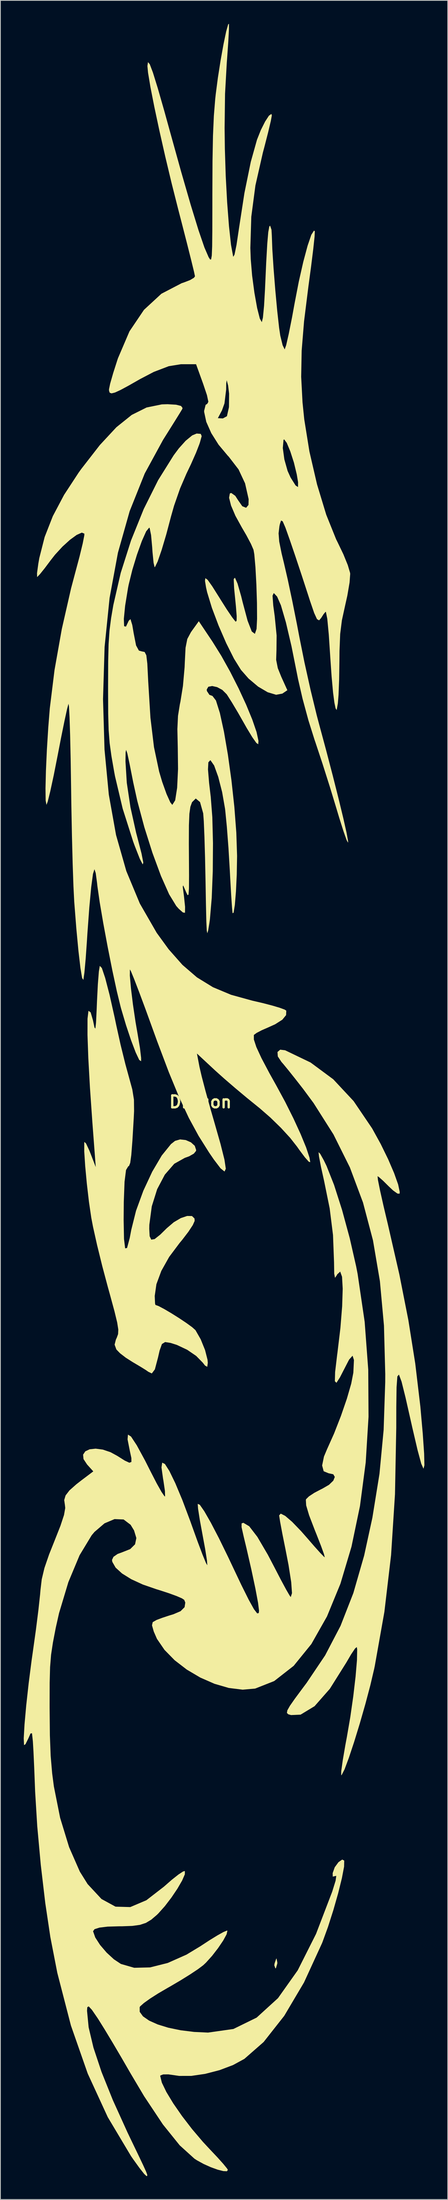
<source format=kicad_pcb>
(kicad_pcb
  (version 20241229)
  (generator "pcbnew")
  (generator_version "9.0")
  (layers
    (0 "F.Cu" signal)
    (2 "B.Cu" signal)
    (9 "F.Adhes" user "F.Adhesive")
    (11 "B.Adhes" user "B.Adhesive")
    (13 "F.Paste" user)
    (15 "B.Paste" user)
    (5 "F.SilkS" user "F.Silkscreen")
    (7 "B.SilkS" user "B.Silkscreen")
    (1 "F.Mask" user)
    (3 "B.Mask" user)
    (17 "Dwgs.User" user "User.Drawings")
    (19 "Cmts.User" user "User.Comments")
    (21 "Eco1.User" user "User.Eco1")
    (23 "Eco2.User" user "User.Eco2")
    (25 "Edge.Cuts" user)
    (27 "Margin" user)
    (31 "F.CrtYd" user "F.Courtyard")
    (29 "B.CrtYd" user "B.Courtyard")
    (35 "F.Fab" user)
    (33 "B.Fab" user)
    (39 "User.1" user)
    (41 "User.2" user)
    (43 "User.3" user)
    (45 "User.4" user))
  (footprint "Dragon"
    (layer "F.Cu")
    (at 22.717 138.278)
    (property "Reference" "Dragon" (at 0 0 0) (layer "F.SilkS") (effects (font (size 1.524 1.524) (thickness 0.3))))
    (attr board_only exclude_from_pos_files exclude_from_bom)
    (fp_poly (pts (xy 9.875 110.346) (xy 9.878 110.49) (xy 9.697 111.101) (xy 9.629 111.125) (xy 9.488 110.736) (xy 9.525 110.49) (xy 9.736 109.884) (xy 9.774 109.855)) (stroke (width 0) (type solid)) (fill yes) (layer "F.SilkS"))
    (fp_poly (pts (xy 10.877 -6.626) (xy 14.156 -5.054) (xy 17.069 -2.902) (xy 19.684 -0.107) (xy 22.063 3.396) (xy 23.166 5.394) (xy 24.126 7.356) (xy 24.891 9.136) (xy 25.405 10.581) (xy 25.61 11.541) (xy 25.587 11.772) (xy 25.316 11.753) (xy 24.747 11.344) (xy 24.194 10.823) (xy 23.48 10.117) (xy 22.949 9.646) (xy 22.759 9.525) (xy 22.812 10.018) (xy 23.083 11.359) (xy 23.528 13.343) (xy 24.094 15.727) (xy 25.565 22.136) (xy 26.721 27.99) (xy 27.606 33.553) (xy 28.264 39.09) (xy 28.57 42.538) (xy 28.747 45.099) (xy 28.783 46.606) (xy 28.664 47.044) (xy 28.376 46.397) (xy 27.904 44.653) (xy 27.235 41.797) (xy 27.061 41.025) (xy 26.351 37.893) (xy 25.845 35.869) (xy 25.508 34.968) (xy 25.306 35.203) (xy 25.204 36.587) (xy 25.169 39.134) (xy 25.165 41.776) (xy 25.001 50.311) (xy 24.499 58.118) (xy 23.639 65.397) (xy 22.402 72.349) (xy 22.325 72.717) (xy 21.833 74.814) (xy 21.195 77.217) (xy 20.478 79.713) (xy 19.748 82.087) (xy 19.071 84.123) (xy 18.515 85.608) (xy 18.147 86.325) (xy 18.09 86.36) (xy 18.092 85.844) (xy 18.283 84.465) (xy 18.624 82.472) (xy 18.818 81.439) (xy 19.256 78.901) (xy 19.64 76.221) (xy 19.936 73.688) (xy 20.114 71.592) (xy 20.141 70.223) (xy 20.092 69.913) (xy 19.865 70.103) (xy 19.362 70.851) (xy 18.741 71.91) (xy 16.628 75.268) (xy 14.667 77.495) (xy 12.872 78.581) (xy 11.642 78.638) (xy 11.283 78.534) (xy 11.109 78.363) (xy 11.164 78.034) (xy 11.491 77.454) (xy 12.135 76.533) (xy 13.14 75.18) (xy 13.641 74.512) (xy 16.021 70.982) (xy 18.001 67.198) (xy 19.65 62.988) (xy 21.038 58.176) (xy 22.095 53.329) (xy 23.007 47.7) (xy 23.543 42.055) (xy 23.746 35.935) (xy 23.75 34.9) (xy 23.584 28.683) (xy 23.063 22.987) (xy 22.172 17.748) (xy 20.891 12.906) (xy 19.204 8.4) (xy 17.093 4.168) (xy 14.539 0.148) (xy 13.188 -1.676) (xy 12.197 -2.942) (xy 11.317 -4.045) (xy 10.664 -4.84) (xy 10.407 -5.133) (xy 9.939 -5.835) (xy 9.899 -6.403) (xy 10.246 -6.704)) (stroke (width 0) (type solid)) (fill yes) (layer "F.SilkS"))
    (fp_poly (pts (xy -12.678 -17.181) (xy -12.247 -15.9) (xy -11.685 -13.738) (xy -11.03 -10.827) (xy -10.824 -9.842) (xy -10.271 -7.349) (xy -9.652 -4.845) (xy -9.233 -3.32) (xy -8.762 -1.602) (xy -8.55 -0.282) (xy -8.534 1.169) (xy -8.577 2.077) (xy -8.748 4.961) (xy -8.891 6.8) (xy -9.028 7.812) (xy -9.186 8.214) (xy -9.281 8.255) (xy -9.569 8.733) (xy -9.758 10.226) (xy -9.856 12.824) (xy -9.875 15.134) (xy -9.828 17.575) (xy -9.682 18.775) (xy -9.438 18.733) (xy -9.093 17.452) (xy -8.891 16.39) (xy -8.282 13.955) (xy -7.345 11.392) (xy -6.203 8.948) (xy -4.978 6.871) (xy -3.793 5.409) (xy -3.269 4.995) (xy -2.619 4.806) (xy -1.894 4.89) (xy -1.222 5.185) (xy -0.734 5.628) (xy -0.557 6.159) (xy -0.574 6.289) (xy -0.855 6.631) (xy -1.457 6.973) (xy -2.013 7.172) (xy -3.368 7.93) (xy -4.579 9.323) (xy -5.569 11.195) (xy -6.259 13.393) (xy -6.574 15.761) (xy -6.585 16.286) (xy -6.533 17.226) (xy -6.327 17.662) (xy -5.894 17.591) (xy -5.162 17.01) (xy -4.328 16.192) (xy -3.434 15.431) (xy -2.529 14.899) (xy -1.714 14.624) (xy -1.092 14.633) (xy -0.765 14.952) (xy -0.747 15.26) (xy -0.987 15.795) (xy -1.556 16.657) (xy -2.349 17.691) (xy -2.686 18.095) (xy -4.024 19.878) (xy -5.031 21.669) (xy -5.664 23.376) (xy -5.88 24.884) (xy -5.837 25.851) (xy -5.788 26.035) (xy -5.38 26.182) (xy -4.65 26.568) (xy -3.726 27.112) (xy -2.736 27.734) (xy -1.809 28.353) (xy -1.073 28.887) (xy -0.657 29.256) (xy -0.638 29.28) (xy 0.03 30.444) (xy 0.587 31.817) (xy 0.907 33.066) (xy 0.941 33.464) (xy 0.871 33.973) (xy 0.585 33.812) (xy 0.294 33.439) (xy -0.552 32.575) (xy -1.713 31.784) (xy -3.036 31.162) (xy -3.845 30.907) (xy -4.544 30.796) (xy -4.954 31.051) (xy -5.25 31.876) (xy -5.456 32.773) (xy -5.862 34.301) (xy -6.255 34.824) (xy -6.703 34.608) (xy -7.033 34.379) (xy -7.692 33.97) (xy -8.548 33.463) (xy -8.702 33.374) (xy -9.6 32.802) (xy -10.343 32.23) (xy -10.788 31.772) (xy -10.819 31.723) (xy -11.037 31.131) (xy -10.876 30.492) (xy -10.753 30.225) (xy -10.59 29.776) (xy -10.562 29.197) (xy -10.705 28.287) (xy -11.054 26.847) (xy -11.645 24.675) (xy -11.909 23.729) (xy -12.624 21.05) (xy -13.289 18.353) (xy -13.811 16.017) (xy -14.032 14.865) (xy -14.334 12.812) (xy -14.606 10.478) (xy -14.818 8.209) (xy -14.939 6.35) (xy -14.937 5.247) (xy -14.912 5.127) (xy -14.698 5.346) (xy -14.287 6.226) (xy -14.135 6.605) (xy -13.459 8.355) (xy -13.895 2.61) (xy -14.205 -1.829) (xy -14.416 -5.616) (xy -14.522 -8.61) (xy -14.518 -10.671) (xy -14.4 -11.654) (xy -14.387 -11.68) (xy -14.116 -11.489) (xy -13.811 -10.443) (xy -13.801 -10.39) (xy -13.623 -9.546) (xy -13.509 -9.406) (xy -13.426 -10.136) (xy -13.341 -11.899) (xy -13.301 -12.905) (xy -13.19 -15.092) (xy -13.06 -16.729) (xy -12.943 -17.45)) (stroke (width 0) (type solid)) (fill yes) (layer "F.SilkS"))
    (fp_poly (pts (xy -3.137 -89.423) (xy -2.497 -89.262) (xy -2.301 -88.998) (xy -2.352 -88.848) (xy -2.696 -88.281) (xy -3.343 -87.242) (xy -4.186 -85.899) (xy -4.806 -84.917) (xy -7.166 -80.597) (xy -9.101 -75.767) (xy -10.608 -70.442) (xy -11.683 -64.635) (xy -12.323 -58.362) (xy -12.525 -51.654) (xy -12.334 -45.2) (xy -11.782 -39.417) (xy -10.853 -34.24) (xy -9.529 -29.604) (xy -7.793 -25.444) (xy -5.629 -21.694) (xy -4.087 -19.577) (xy -2.317 -17.577) (xy -0.452 -15.975) (xy 1.601 -14.715) (xy 3.933 -13.741) (xy 6.638 -12.996) (xy 6.685 -12.985) (xy 8.044 -12.669) (xy 9.235 -12.359) (xy 10.181 -12.078) (xy 10.806 -11.851) (xy 11.029 -11.708) (xy 11.004 -11.135) (xy 10.523 -10.549) (xy 9.6 -9.962) (xy 8.74 -9.574) (xy 7.88 -9.199) (xy 7.218 -8.854) (xy 6.878 -8.604) (xy 6.86 -8.574) (xy 6.864 -8.005) (xy 7.181 -7.04) (xy 7.839 -5.619) (xy 8.865 -3.681) (xy 9.739 -2.12) (xy 10.883 -0.015) (xy 11.95 2.115) (xy 12.872 4.118) (xy 13.582 5.844) (xy 14.012 7.141) (xy 14.111 7.726) (xy 13.922 7.669) (xy 13.418 7.102) (xy 12.694 6.137) (xy 12.406 5.727) (xy 11.526 4.608) (xy 10.337 3.317) (xy 8.985 2.002) (xy 7.616 0.811) (xy 7.408 0.644) (xy 5.978 -0.513) (xy 4.469 -1.773) (xy 3.052 -2.991) (xy 1.902 -4.019) (xy 1.83 -4.086) (xy -0.455 -6.208) (xy -0.125 -4.482) (xy 0.16 -3.26) (xy 0.661 -1.355) (xy 1.298 0.933) (xy 1.749 2.49) (xy 2.579 5.395) (xy 3.084 7.408) (xy 3.257 8.571) (xy 3.091 8.926) (xy 2.581 8.516) (xy 1.718 7.383) (xy 1.111 6.499) (xy -0.244 4.35) (xy -1.5 2.044) (xy -2.745 -0.613) (xy -4.069 -3.816) (xy -5.561 -7.76) (xy -6.136 -9.342) (xy -7.065 -11.895) (xy -7.878 -14.076) (xy -8.52 -15.744) (xy -8.935 -16.757) (xy -9.07 -16.997) (xy -9.081 -16.201) (xy -8.936 -14.584) (xy -8.677 -12.481) (xy -8.342 -10.227) (xy -8.071 -8.668) (xy -7.775 -6.903) (xy -7.625 -5.625) (xy -7.631 -5.219) (xy -7.873 -5.388) (xy -8.328 -6.351) (xy -8.918 -7.903) (xy -9.566 -9.837) (xy -10.194 -11.948) (xy -10.257 -12.176) (xy -10.745 -14.174) (xy -11.322 -16.845) (xy -11.923 -19.86) (xy -12.487 -22.887) (xy -12.949 -25.596) (xy -13.246 -27.656) (xy -13.295 -28.106) (xy -13.465 -29.363) (xy -13.629 -29.845) (xy -13.818 -29.243) (xy -14.043 -27.554) (xy -14.288 -24.95) (xy -14.534 -21.606) (xy -14.595 -20.637) (xy -14.756 -18.358) (xy -14.919 -16.579) (xy -15.05 -15.668) (xy -15.055 -15.653) (xy -15.213 -15.894) (xy -15.43 -17.193) (xy -15.684 -19.36) (xy -15.953 -22.203) (xy -16.214 -25.529) (xy -16.228 -25.718) (xy -16.327 -27.658) (xy -16.427 -30.556) (xy -16.519 -34.101) (xy -16.595 -37.98) (xy -16.631 -40.462) (xy -16.686 -43.999) (xy -16.753 -47.022) (xy -16.828 -49.333) (xy -16.903 -50.736) (xy -16.963 -51.069) (xy -17.143 -50.401) (xy -17.484 -48.842) (xy -17.932 -46.635) (xy -18.362 -44.42) (xy -18.862 -41.89) (xy -19.305 -39.842) (xy -19.637 -38.506) (xy -19.796 -38.1) (xy -19.9 -38.677) (xy -19.919 -40.229) (xy -19.863 -42.487) (xy -19.741 -45.18) (xy -19.562 -48.041) (xy -19.366 -50.483) (xy -18.759 -55.394) (xy -17.825 -60.644) (xy -16.631 -65.875) (xy -16.101 -67.865) (xy -15.545 -69.94) (xy -15.136 -71.623) (xy -14.93 -72.672) (xy -14.923 -72.888) (xy -15.256 -73.016) (xy -15.911 -72.723) (xy -16.775 -72.095) (xy -17.741 -71.218) (xy -18.696 -70.18) (xy -19.236 -69.493) (xy -20.019 -68.451) (xy -20.638 -67.682) (xy -20.976 -67.33) (xy -20.995 -67.322) (xy -21.01 -67.811) (xy -20.838 -69.06) (xy -20.711 -69.773) (xy -20.027 -72.456) (xy -18.978 -75.13) (xy -17.532 -77.86) (xy -15.659 -80.715) (xy -15.318 -81.187) (xy -12.937 -84.246) (xy -10.81 -86.531) (xy -8.837 -88.113) (xy -6.922 -89.067) (xy -4.966 -89.465) (xy -4.233 -89.487)) (stroke (width 0) (type solid)) (fill yes) (layer "F.SilkS"))
    (fp_poly (pts (xy 0.035 -85.683) (xy 0.156 -85.393) (xy -0.063 -84.604) (xy -0.14 -84.37) (xy -0.568 -83.268) (xy -1.223 -81.79) (xy -1.81 -80.565) (xy -2.62 -78.684) (xy -3.394 -76.469) (xy -3.785 -75.094) (xy -4.394 -72.797) (xy -4.991 -70.793) (xy -5.5 -69.318) (xy -5.844 -68.61) (xy -5.894 -68.58) (xy -6.027 -69.14) (xy -6.167 -70.541) (xy -6.205 -71.12) (xy -6.35 -72.708) (xy -6.531 -73.594) (xy -6.587 -73.66) (xy -6.979 -73.182) (xy -7.537 -71.933) (xy -8.163 -70.192) (xy -8.759 -68.239) (xy -9.226 -66.352) (xy -9.308 -65.943) (xy -9.683 -63.646) (xy -9.85 -61.956) (xy -9.813 -61.014) (xy -9.575 -60.964) (xy -9.225 -61.707) (xy -8.999 -61.926) (xy -8.766 -61.167) (xy -8.587 -60.12) (xy -8.277 -58.547) (xy -7.913 -57.885) (xy -7.553 -57.785) (xy -7.178 -57.71) (xy -6.959 -57.285) (xy -6.832 -56.214) (xy -6.731 -54.199) (xy -6.722 -53.99) (xy -6.431 -49.275) (xy -5.975 -45.499) (xy -5.313 -42.375) (xy -4.92 -41.05) (xy -4.361 -39.492) (xy -3.878 -38.423) (xy -3.62 -38.1) (xy -3.251 -38.685) (xy -2.999 -40.291) (xy -2.884 -42.697) (xy -2.917 -45.403) (xy -2.969 -47.818) (xy -2.889 -49.513) (xy -2.649 -51.006) (xy -2.578 -51.331) (xy -2.253 -53.35) (xy -2.04 -55.747) (xy -2.014 -56.364) (xy -1.918 -58.249) (xy -1.694 -59.375) (xy -1.225 -60.25) (xy -1.072 -60.466) (xy -0.215 -61.654) (xy 1.534 -59.048) (xy 2.677 -57.218) (xy 3.822 -55.168) (xy 4.907 -53.031) (xy 5.873 -50.943) (xy 6.66 -49.036) (xy 7.207 -47.447) (xy 7.454 -46.308) (xy 7.426 -45.873) (xy 7.185 -46.037) (xy 6.658 -46.781) (xy 5.944 -47.958) (xy 5.701 -48.388) (xy 4.838 -49.9) (xy 4.026 -51.259) (xy 3.422 -52.206) (xy 3.358 -52.296) (xy 2.803 -52.846) (xy 2.141 -53.201) (xy 1.5 -53.343) (xy 1.011 -53.249) (xy 0.804 -52.899) (xy 0.823 -52.705) (xy 1.148 -52.213) (xy 1.54 -52.07) (xy 1.989 -51.485) (xy 2.494 -49.88) (xy 3.018 -47.483) (xy 3.526 -44.523) (xy 3.984 -41.225) (xy 4.356 -37.819) (xy 4.607 -34.531) (xy 4.704 -31.589) (xy 4.704 -31.494) (xy 4.664 -29.177) (xy 4.561 -27.004) (xy 4.417 -25.27) (xy 4.256 -24.27) (xy 4.128 -24.202) (xy 4.057 -24.902) (xy 3.945 -26.552) (xy 3.815 -28.84) (xy 3.77 -29.697) (xy 3.599 -32.559) (xy 3.389 -35.301) (xy 3.183 -37.394) (xy 3.154 -37.625) (xy 2.784 -39.736) (xy 2.285 -41.685) (xy 1.756 -43.149) (xy 1.297 -43.806) (xy 1.25 -43.815) (xy 1.013 -43.555) (xy 0.965 -42.647) (xy 1.109 -40.905) (xy 1.321 -39.119) (xy 1.523 -36.521) (xy 1.608 -33.191) (xy 1.581 -29.59) (xy 1.448 -26.183) (xy 1.214 -23.432) (xy 1.133 -22.86) (xy 0.985 -21.974) (xy 0.88 -21.631) (xy 0.808 -21.979) (xy 0.753 -23.166) (xy 0.703 -25.34) (xy 0.652 -28.258) (xy 0.588 -31.335) (xy 0.509 -34.02) (xy 0.426 -36.015) (xy 0.351 -37.006) (xy -0.055 -38.456) (xy -0.607 -38.916) (xy -1.085 -38.439) (xy -1.297 -37.857) (xy -1.425 -36.962) (xy -1.485 -35.477) (xy -1.494 -33.123) (xy -1.485 -31.735) (xy -1.469 -29.01) (xy -1.48 -27.361) (xy -1.536 -26.594) (xy -1.656 -26.514) (xy -1.857 -26.927) (xy -1.909 -27.055) (xy -2.225 -27.777) (xy -2.279 -27.595) (xy -2.122 -26.393) (xy -1.979 -25.025) (xy -1.99 -24.261) (xy -1.99 -24.26) (xy -2.257 -24.3) (xy -2.795 -24.775) (xy -3.114 -25.133) (xy -4.03 -26.631) (xy -5.079 -28.986) (xy -6.17 -31.937) (xy -7.212 -35.225) (xy -8.115 -38.589) (xy -8.638 -40.961) (xy -9.107 -43.334) (xy -9.399 -44.694) (xy -9.557 -45.155) (xy -9.622 -44.829) (xy -9.637 -43.827) (xy -9.637 -43.631) (xy -9.471 -40.938) (xy -8.998 -37.787) (xy -8.273 -34.53) (xy -8.124 -33.972) (xy -7.579 -31.869) (xy -7.348 -30.695) (xy -7.424 -30.461) (xy -7.796 -31.176) (xy -8.454 -32.851) (xy -8.655 -33.402) (xy -9.997 -37.61) (xy -10.986 -41.777) (xy -11.081 -42.282) (xy -11.441 -44.343) (xy -11.673 -46.016) (xy -11.803 -47.696) (xy -11.861 -49.78) (xy -11.875 -52.663) (xy -11.875 -53.33) (xy -11.863 -56.462) (xy -11.81 -58.706) (xy -11.693 -60.444) (xy -11.486 -62.055) (xy -11.199 -63.733) (xy -10.252 -67.846) (xy -8.924 -72.013) (xy -7.293 -76.043) (xy -5.441 -79.746) (xy -3.447 -82.931) (xy -2.788 -83.815) (xy -1.905 -84.797) (xy -1.065 -85.486) (xy -0.493 -85.725)) (stroke (width 0) (type solid)) (fill yes) (layer "F.SilkS"))
    (fp_poly (pts (xy 3.661 -137.583) (xy 3.574 -135.97) (xy 3.419 -133.764) (xy 3.383 -133.307) (xy 3.158 -129.306) (xy 3.101 -124.9) (xy 3.135 -122.237) (xy 3.245 -118.767) (xy 3.429 -115.365) (xy 3.663 -112.323) (xy 3.924 -109.933) (xy 4.189 -108.487) (xy 4.219 -108.396) (xy 4.379 -108.68) (xy 4.63 -109.91) (xy 4.918 -111.822) (xy 4.927 -111.888) (xy 5.649 -116.572) (xy 6.467 -120.567) (xy 7.263 -123.405) (xy 7.757 -124.646) (xy 8.307 -125.737) (xy 8.798 -126.49) (xy 9.114 -126.716) (xy 9.172 -126.526) (xy 9.042 -125.812) (xy 8.696 -124.355) (xy 8.201 -122.428) (xy 8.02 -121.754) (xy 7.062 -117.545) (xy 6.532 -113.53) (xy 6.41 -109.53) (xy 6.461 -108.087) (xy 6.638 -105.982) (xy 6.932 -103.783) (xy 7.282 -101.829) (xy 7.629 -100.461) (xy 7.886 -100.013) (xy 8.026 -100.59) (xy 8.172 -102.102) (xy 8.289 -104.14) (xy 8.448 -107.655) (xy 8.585 -110.07) (xy 8.713 -111.551) (xy 8.844 -112.264) (xy 8.948 -112.395) (xy 9.129 -111.862) (xy 9.172 -111.098) (xy 9.234 -109.379) (xy 9.394 -106.914) (xy 9.616 -104.129) (xy 9.866 -101.445) (xy 10.107 -99.286) (xy 10.256 -98.29) (xy 10.559 -97.053) (xy 10.819 -96.52) (xy 10.824 -96.52) (xy 11.015 -97.058) (xy 11.347 -98.509) (xy 11.77 -100.63) (xy 12.092 -102.394) (xy 12.638 -105.213) (xy 13.215 -107.751) (xy 13.769 -109.815) (xy 14.246 -111.214) (xy 14.593 -111.758) (xy 14.696 -111.663) (xy 14.665 -110.977) (xy 14.492 -109.358) (xy 14.206 -107.057) (xy 13.875 -104.606) (xy 13.314 -100.122) (xy 13.007 -96.362) (xy 12.944 -93.004) (xy 13.116 -89.722) (xy 13.339 -87.544) (xy 14.002 -83.423) (xy 14.981 -79.208) (xy 16.164 -75.315) (xy 17.435 -72.163) (xy 17.64 -71.753) (xy 18.371 -70.234) (xy 18.933 -68.855) (xy 19.226 -67.869) (xy 19.245 -67.728) (xy 19.164 -66.622) (xy 18.876 -64.937) (xy 18.598 -63.693) (xy 18.179 -61.779) (xy 17.957 -60.021) (xy 17.869 -57.842) (xy 17.858 -56.565) (xy 17.822 -54.197) (xy 17.746 -52.201) (xy 17.659 -51.132) (xy 17.507 -50.262) (xy 17.364 -50.483) (xy 17.215 -51.198) (xy 17.042 -52.504) (xy 16.853 -54.588) (xy 16.706 -56.706) (xy 16.491 -59.944) (xy 16.299 -61.966) (xy 16.126 -62.825) (xy 16.082 -62.865) (xy 15.831 -62.57) (xy 15.512 -62.071) (xy 15.245 -61.762) (xy 14.975 -61.922) (xy 14.616 -62.704) (xy 14.08 -64.261) (xy 13.813 -65.088) (xy 13.032 -67.479) (xy 12.188 -70.011) (xy 11.499 -72.027) (xy 10.918 -73.658) (xy 10.567 -74.467) (xy 10.356 -74.571) (xy 10.199 -74.087) (xy 10.146 -73.827) (xy 10.04 -72.923) (xy 10.121 -71.872) (xy 10.429 -70.346) (xy 10.729 -69.11) (xy 11.21 -67.03) (xy 11.8 -64.253) (xy 12.405 -61.23) (xy 12.701 -59.677) (xy 13.361 -56.392) (xy 14.153 -52.832) (xy 14.942 -49.597) (xy 15.216 -48.565) (xy 16.145 -45.127) (xy 17.004 -41.847) (xy 17.754 -38.88) (xy 18.359 -36.385) (xy 18.778 -34.518) (xy 18.973 -33.436) (xy 18.975 -33.242) (xy 18.79 -33.568) (xy 18.388 -34.698) (xy 17.837 -36.43) (xy 17.492 -37.58) (xy 16.649 -40.349) (xy 15.682 -43.389) (xy 14.781 -46.101) (xy 14.664 -46.438) (xy 13.878 -48.933) (xy 13.121 -51.719) (xy 12.534 -54.265) (xy 12.451 -54.693) (xy 11.699 -58.448) (xy 10.981 -61.504) (xy 10.34 -63.695) (xy 9.849 -64.812) (xy 9.422 -65.268) (xy 9.262 -64.926) (xy 9.354 -63.667) (xy 9.541 -62.309) (xy 9.787 -59.821) (xy 9.768 -57.966) (xy 9.727 -56.7) (xy 9.939 -55.633) (xy 10.387 -54.523) (xy 11.167 -52.806) (xy 10.525 -52.371) (xy 9.723 -52.22) (xy 8.638 -52.545) (xy 7.41 -53.266) (xy 6.178 -54.304) (xy 5.208 -55.407) (xy 4.311 -56.844) (xy 3.311 -58.834) (xy 2.325 -61.1) (xy 1.467 -63.371) (xy 0.856 -65.372) (xy 0.717 -65.985) (xy 0.578 -66.841) (xy 0.632 -67.178) (xy 0.928 -66.954) (xy 1.515 -66.128) (xy 2.442 -64.659) (xy 2.576 -64.442) (xy 3.391 -63.157) (xy 4.058 -62.174) (xy 4.472 -61.645) (xy 4.542 -61.595) (xy 4.646 -61.729) (xy 4.655 -62.303) (xy 4.555 -63.573) (xy 4.334 -65.795) (xy 4.325 -65.881) (xy 4.271 -67.06) (xy 4.432 -67.237) (xy 4.765 -66.481) (xy 5.232 -64.856) (xy 5.414 -64.115) (xy 6.056 -61.72) (xy 6.591 -60.341) (xy 6.992 -60.031) (xy 7.209 -60.665) (xy 7.274 -61.959) (xy 7.261 -63.998) (xy 7.186 -66.347) (xy 7.066 -68.574) (xy 6.918 -70.242) (xy 6.817 -70.814) (xy 6.489 -71.568) (xy 5.896 -72.686) (xy 5.323 -73.666) (xy 4.491 -75.173) (xy 3.929 -76.49) (xy 3.677 -77.487) (xy 3.774 -78.037) (xy 3.951 -78.105) (xy 4.474 -77.734) (xy 4.835 -77.173) (xy 5.375 -76.401) (xy 5.864 -76.203) (xy 6.171 -76.567) (xy 6.19 -77.311) (xy 5.731 -79.337) (xy 4.895 -81.12) (xy 3.638 -82.751) (xy 3.482 -82.914) (xy 2.684 -83.867) (xy 10.582 -83.867) (xy 10.781 -82.41) (xy 11.199 -80.929) (xy 11.581 -80.086) (xy 12.226 -79.066) (xy 12.536 -78.861) (xy 12.544 -79.486) (xy 12.376 -80.486) (xy 12.011 -81.994) (xy 11.546 -83.434) (xy 11.091 -84.522) (xy 10.754 -84.977) (xy 10.674 -84.91) (xy 10.582 -83.867) (xy 2.684 -83.867) (xy 2.324 -84.296) (xy 1.388 -85.778) (xy 0.747 -87.221) (xy 0.644 -87.697) (xy 2.234 -87.697) (xy 2.877 -87.663) (xy 3.401 -87.947) (xy 3.652 -89.067) (xy 3.662 -89.172) (xy 3.679 -90.836) (xy 3.556 -91.87) (xy 3.376 -92.556) (xy 3.31 -92.159) (xy 3.3 -91.359) (xy 3.084 -89.587) (xy 2.763 -88.693) (xy 2.234 -87.697) (xy 0.644 -87.697) (xy 0.475 -88.485) (xy 0.47 -88.639) (xy 0.662 -89.403) (xy 0.871 -89.535) (xy 1.014 -89.795) (xy 0.834 -90.646) (xy 0.353 -92.075) (xy -0.566 -94.615) (xy -2.509 -94.615) (xy -4.074 -94.364) (xy -6.006 -93.627) (xy -7.761 -92.71) (xy -9.212 -91.885) (xy -10.265 -91.317) (xy -10.984 -90.987) (xy -11.43 -90.875) (xy -11.666 -90.958) (xy -11.752 -91.218) (xy -11.759 -91.389) (xy -11.611 -92.113) (xy -11.22 -93.477) (xy -10.667 -95.2) (xy -10.602 -95.39) (xy -9.126 -98.832) (xy -7.262 -101.591) (xy -5.023 -103.653) (xy -2.423 -105.004) (xy -2.058 -105.127) (xy -1.333 -105.409) (xy -0.842 -105.7) (xy -0.706 -105.889) (xy -0.834 -106.494) (xy -1.19 -107.952) (xy -1.726 -110.082) (xy -2.399 -112.7) (xy -2.878 -114.547) (xy -3.713 -117.846) (xy -4.528 -121.255) (xy -5.28 -124.574) (xy -5.928 -127.605) (xy -6.429 -130.148) (xy -6.739 -132.005) (xy -6.82 -132.862) (xy -6.749 -133.357) (xy -6.519 -133.096) (xy -6.11 -132.015) (xy -5.498 -130.048) (xy -4.661 -127.133) (xy -3.965 -124.619) (xy -2.485 -119.307) (xy -1.251 -115.045) (xy -0.255 -111.811) (xy 0.51 -109.583) (xy 1.049 -108.342) (xy 1.238 -108.047) (xy 1.369 -108.061) (xy 1.454 -108.561) (xy 1.501 -109.723) (xy 1.523 -111.723) (xy 1.528 -114.739) (xy 1.529 -116.453) (xy 1.547 -120.671) (xy 1.607 -123.912) (xy 1.72 -126.468) (xy 1.895 -128.629) (xy 1.959 -129.222) (xy 2.236 -131.343) (xy 2.587 -133.58) (xy 2.96 -135.655) (xy 3.302 -137.289) (xy 3.561 -138.205) (xy 3.662 -138.278)) (stroke (width 0) (type solid)) (fill yes) (layer "F.SilkS"))
    (fp_poly (pts (xy 15.393 6.659) (xy 15.852 7.482) (xy 16.205 8.206) (xy 17.169 10.64) (xy 18.2 13.859) (xy 19.184 17.472) (xy 20.009 21.089) (xy 20.198 22.06) (xy 21.103 28.193) (xy 21.563 34.33) (xy 21.6 40.377) (xy 21.238 46.241) (xy 20.5 51.828) (xy 19.409 57.044) (xy 17.988 61.795) (xy 16.261 65.988) (xy 14.252 69.528) (xy 11.982 72.321) (xy 9.475 74.275) (xy 7.028 75.239) (xy 5.413 75.379) (xy 3.645 75.161) (xy 1.807 74.628) (xy -0.021 73.828) (xy -1.756 72.806) (xy -3.318 71.606) (xy -4.624 70.277) (xy -5.595 68.862) (xy -6.003 67.927) (xy -6.232 67.124) (xy -6.138 66.718) (xy -5.652 66.443) (xy -5.609 66.425) (xy -4.918 66.166) (xy -4.013 65.868) (xy -3.473 65.705) (xy -2.56 65.314) (xy -2.043 64.801) (xy -1.951 64.206) (xy -2.092 63.859) (xy -2.393 63.662) (xy -3.073 63.37) (xy -4.04 63.017) (xy -5.206 62.637) (xy -5.675 62.494) (xy -7.417 61.892) (xy -8.903 61.208) (xy -10.082 60.476) (xy -10.907 59.727) (xy -11.329 58.993) (xy -11.373 58.737) (xy -11.18 58.338) (xy -10.646 57.97) (xy -10.113 57.778) (xy -9.032 57.351) (xy -8.407 56.733) (xy -8.241 55.931) (xy -8.537 54.957) (xy -8.983 54.229) (xy -9.881 53.55) (xy -11.044 53.502) (xy -12.337 54.048) (xy -13.625 55.151) (xy -13.988 55.583) (xy -15.537 58.138) (xy -16.981 61.589) (xy -18.178 65.566) (xy -18.599 67.435) (xy -18.968 69.352) (xy -19.202 70.905) (xy -19.33 72.489) (xy -19.383 74.5) (xy -19.39 77.333) (xy -19.389 77.787) (xy -19.355 81.251) (xy -19.254 83.88) (xy -19.063 86.106) (xy -18.843 87.787) (xy -18.039 91.814) (xy -16.886 95.574) (xy -15.506 98.715) (xy -14.504 100.315) (xy -12.72 102.229) (xy -10.918 103.21) (xy -9.021 103.262) (xy -6.952 102.385) (xy -4.708 100.652) (xy -3.692 99.766) (xy -2.834 99.089) (xy -2.234 98.696) (xy -2.005 98.639) (xy -2.009 99.058) (xy -2.355 99.854) (xy -2.956 100.891) (xy -3.726 102.032) (xy -4.577 103.143) (xy -5.421 104.085) (xy -5.619 104.277) (xy -6.327 104.878) (xy -7.011 105.289) (xy -7.787 105.545) (xy -8.769 105.679) (xy -10.074 105.726) (xy -10.524 105.728) (xy -11.942 105.77) (xy -12.983 105.895) (xy -13.614 106.095) (xy -13.806 106.362) (xy -13.524 107.161) (xy -12.904 108.12) (xy -12.063 109.102) (xy -11.121 109.966) (xy -10.229 110.557) (xy -8.518 111.049) (xy -6.479 111) (xy -4.207 110.43) (xy -1.795 109.36) (xy -0.025 108.292) (xy 1.169 107.512) (xy 2.192 106.885) (xy 2.962 106.458) (xy 3.397 106.279) (xy 3.463 106.293) (xy 3.356 106.759) (xy 2.921 107.554) (xy 2.265 108.523) (xy 1.495 109.516) (xy 0.718 110.378) (xy 0.353 110.721) (xy -0.311 111.22) (xy -1.314 111.887) (xy -2.533 112.645) (xy -3.847 113.416) (xy -4.211 113.622) (xy -5.424 114.329) (xy -6.476 114.999) (xy -7.277 115.572) (xy -7.742 115.986) (xy -7.816 116.098) (xy -7.811 116.696) (xy -7.388 117.278) (xy -6.598 117.825) (xy -5.495 118.317) (xy -4.128 118.736) (xy -2.551 119.062) (xy -0.816 119.276) (xy 0.974 119.359) (xy 4.233 118.898) (xy 7.218 117.439) (xy 9.962 114.944) (xy 12.497 111.376) (xy 14.856 106.697) (xy 16.933 101.281) (xy 17.367 99.885) (xy 17.456 99.259) (xy 17.325 99.283) (xy 17.002 99.356) (xy 16.992 98.902) (xy 17.256 98.158) (xy 17.735 97.505) (xy 18.218 97.168) (xy 18.477 97.302) (xy 18.458 98.081) (xy 18.177 99.552) (xy 17.698 101.483) (xy 17.081 103.645) (xy 16.39 105.806) (xy 15.687 107.736) (xy 15.621 107.9) (xy 13.308 112.93) (xy 10.769 117.208) (xy 8.117 120.57) (xy 5.644 122.73) (xy 4.191 123.521) (xy 2.456 124.175) (xy 0.609 124.653) (xy -1.181 124.914) (xy -2.747 124.917) (xy -3.234 124.845) (xy -4.121 124.719) (xy -4.795 124.725) (xy -5.147 124.858) (xy -5.174 124.933) (xy -4.965 125.777) (xy -4.384 126.979) (xy -3.498 128.439) (xy -2.374 130.058) (xy -1.08 131.738) (xy 0.319 133.38) (xy 1.25 134.378) (xy 2.179 135.36) (xy 2.933 136.2) (xy 3.41 136.784) (xy 3.52 136.963) (xy 3.404 137.144) (xy 2.931 137.125) (xy 2.203 136.939) (xy 1.326 136.623) (xy 0.404 136.21) (xy -0.46 135.736) (xy -0.783 135.525) (xy -2.67 133.819) (xy -4.832 131.139) (xy -7.251 127.509) (xy -8.974 124.613) (xy -10.141 122.599) (xy -11.296 120.643) (xy -12.322 118.943) (xy -13.1 117.697) (xy -13.229 117.498) (xy -13.956 116.441) (xy -14.368 115.997) (xy -14.548 116.108) (xy -14.581 116.565) (xy -14.375 118.683) (xy -13.754 121.294) (xy -12.716 124.408) (xy -11.257 128.033) (xy -9.374 132.178) (xy -8.948 133.067) (xy -8 135.033) (xy -7.37 136.354) (xy -7.003 137.16) (xy -6.845 137.578) (xy -6.841 137.737) (xy -6.935 137.766) (xy -6.938 137.766) (xy -7.24 137.484) (xy -7.841 136.724) (xy -8.631 135.629) (xy -8.937 135.185) (xy -11.916 130.205) (xy -14.49 124.623) (xy -16.652 118.451) (xy -18.4 111.703) (xy -19.295 107.11) (xy -19.946 102.761) (xy -20.526 97.844) (xy -20.98 92.891) (xy -21.253 88.432) (xy -21.271 87.948) (xy -21.367 85.472) (xy -21.465 83.32) (xy -21.543 82.002) (xy -21.654 80.974) (xy -21.843 80.996) (xy -22.12 81.628) (xy -22.492 82.373) (xy -22.677 82.493) (xy -22.717 81.621) (xy -22.615 79.83) (xy -22.395 77.387) (xy -22.082 74.558) (xy -21.703 71.613) (xy -21.537 70.453) (xy -21.154 67.721) (xy -20.828 65.141) (xy -20.611 63.144) (xy -20.57 62.647) (xy -20.402 61.223) (xy -20.055 59.772) (xy -19.457 58.035) (xy -18.793 56.373) (xy -17.996 54.36) (xy -17.538 52.972) (xy -17.381 52.075) (xy -17.425 51.683) (xy -17.515 51.06) (xy -17.338 50.467) (xy -16.841 49.823) (xy -15.968 49.048) (xy -15.296 48.526) (xy -13.776 47.382) (xy -14.574 46.501) (xy -15.033 45.806) (xy -15.088 45.237) (xy -14.803 44.812) (xy -14.243 44.549) (xy -13.472 44.468) (xy -12.555 44.587) (xy -11.557 44.924) (xy -10.701 45.39) (xy -9.724 46.004) (xy -9.138 46.273) (xy -8.878 46.172) (xy -8.88 45.674) (xy -9.079 44.755) (xy -9.081 44.748) (xy -9.372 43.274) (xy -9.319 42.665) (xy -8.925 42.918) (xy -8.19 44.032) (xy -7.115 46.006) (xy -6.39 47.44) (xy -5.623 48.926) (xy -5.005 50.022) (xy -4.624 50.573) (xy -4.55 50.596) (xy -4.569 49.885) (xy -4.767 48.55) (xy -4.81 48.319) (xy -5.012 46.87) (xy -4.919 46.263) (xy -4.568 46.439) (xy -3.994 47.337) (xy -3.234 48.9) (xy -2.325 51.068) (xy -1.304 53.782) (xy -1.111 54.324) (xy -0.362 56.4) (xy 0.264 58.056) (xy 0.701 59.121) (xy 0.881 59.427) (xy 0.83 58.779) (xy 0.602 57.336) (xy 0.261 55.492) (xy -0.09 53.583) (xy -0.311 52.161) (xy -0.356 51.549) (xy -0.084 51.668) (xy 0.497 52.503) (xy 1.331 53.958) (xy 2.365 55.939) (xy 3.546 58.348) (xy 3.973 59.251) (xy 5.248 61.937) (xy 6.203 63.851) (xy 6.872 65.052) (xy 7.291 65.599) (xy 7.493 65.551) (xy 7.526 65.245) (xy 7.401 64.233) (xy 7.058 62.404) (xy 6.544 59.988) (xy 5.908 57.214) (xy 5.548 55.721) (xy 5.282 54.534) (xy 5.287 54.057) (xy 5.507 53.975) (xy 6.267 54.424) (xy 7.313 55.783) (xy 8.654 58.066) (xy 9.493 59.664) (xy 10.323 61.263) (xy 11.009 62.535) (xy 11.467 63.323) (xy 11.604 63.5) (xy 11.763 63.002) (xy 11.663 61.588) (xy 11.316 59.376) (xy 10.936 57.425) (xy 10.531 55.416) (xy 10.238 53.853) (xy 10.114 53.05) (xy 10.113 53.028) (xy 10.315 52.8) (xy 10.887 53.088) (xy 11.776 53.85) (xy 12.928 55.042) (xy 13.74 55.964) (xy 14.65 57.012) (xy 15.391 57.834) (xy 15.863 58.32) (xy 15.974 58.405) (xy 15.878 58.008) (xy 15.503 56.967) (xy 14.921 55.479) (xy 14.699 54.929) (xy 13.962 53.012) (xy 13.584 51.742) (xy 13.544 51.035) (xy 13.58 50.942) (xy 13.942 50.587) (xy 14.631 50.134) (xy 15.507 49.674) (xy 15.642 49.612) (xy 16.52 49.105) (xy 17.073 48.572) (xy 17.266 48.095) (xy 17.068 47.753) (xy 16.463 47.625) (xy 15.835 47.363) (xy 15.636 46.625) (xy 15.871 45.484) (xy 16.255 44.569) (xy 17.172 42.525) (xy 18.053 40.274) (xy 18.817 38.061) (xy 19.376 36.13) (xy 19.648 34.728) (xy 19.648 34.723) (xy 19.726 33.102) (xy 19.55 32.547) (xy 19.112 33.037) (xy 18.999 33.247) (xy 18.367 34.47) (xy 17.927 35.327) (xy 17.477 36.022) (xy 17.273 35.819) (xy 17.305 34.646) (xy 17.568 32.432) (xy 17.605 32.165) (xy 17.987 28.985) (xy 18.211 26.196) (xy 18.281 23.956) (xy 18.196 22.424) (xy 17.959 21.759) (xy 17.572 22.119) (xy 17.511 22.248) (xy 17.29 22.559) (xy 17.19 22.022) (xy 17.167 20.557) (xy 17.035 17.072) (xy 16.608 13.659) (xy 15.895 10.156) (xy 15.493 8.345) (xy 15.235 7.004) (xy 15.175 6.441)) (stroke (width 0) (type solid)) (fill yes) (layer "F.SilkS")))
  (gr_rect
    (start -3 -3)
    (end 54.5 279.044)
    (stroke (width 0.1) (type default))
    (fill no)
    (layer "Edge.Cuts")))
</source>
